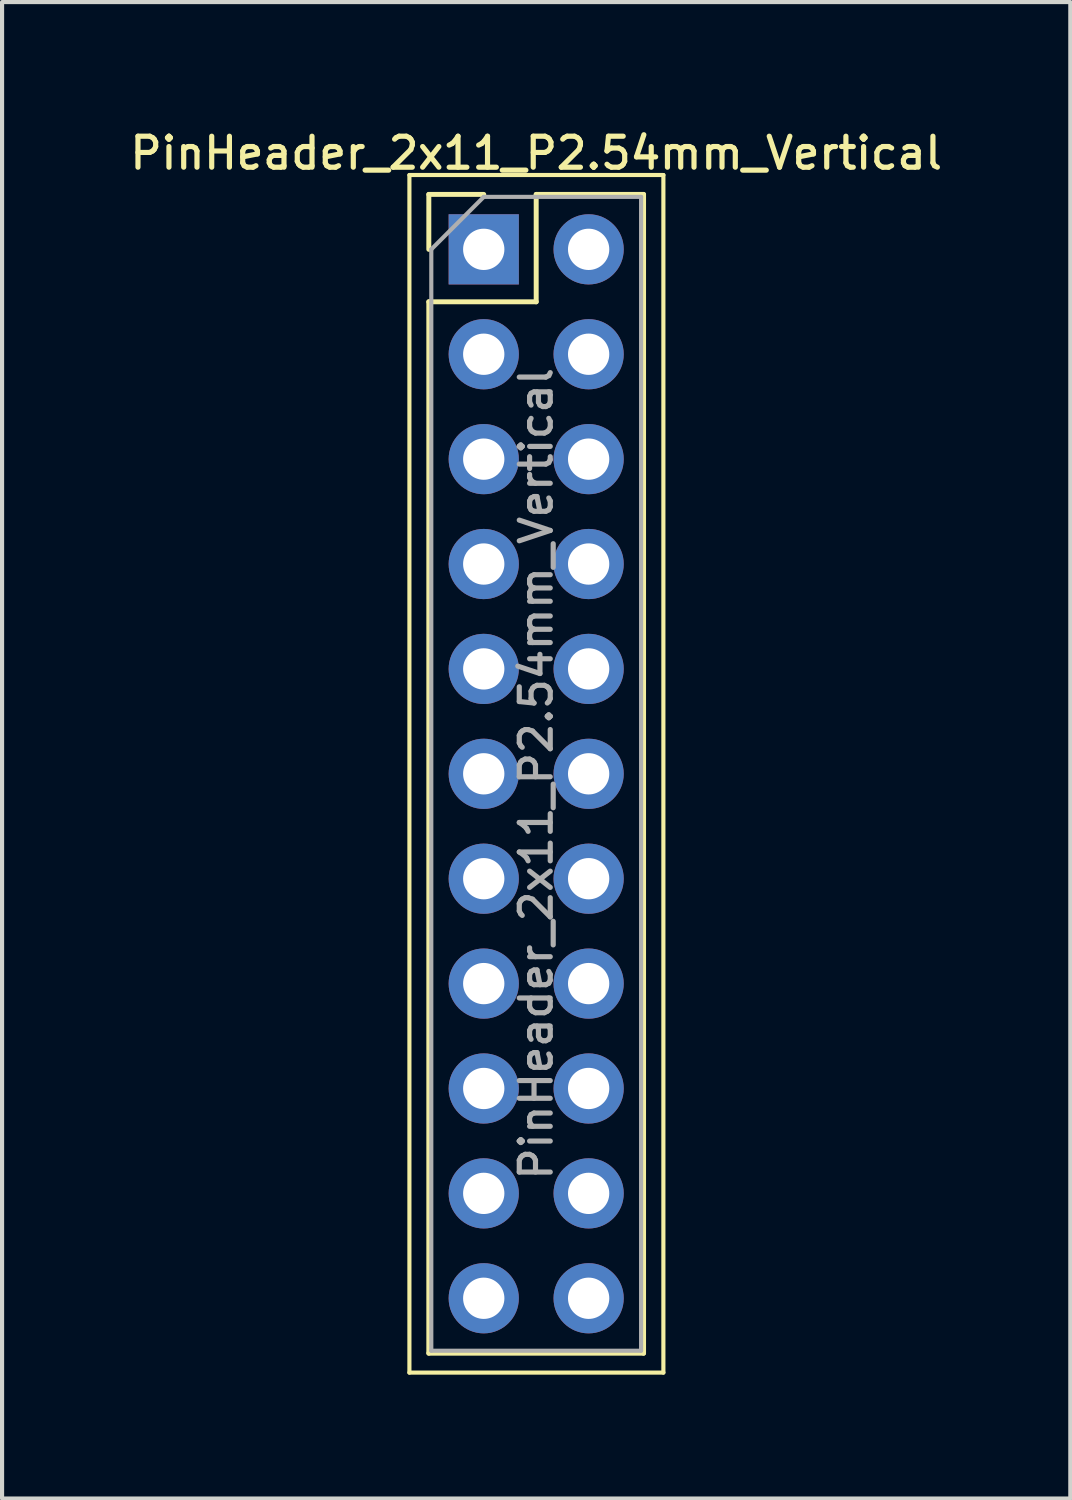
<source format=kicad_pcb>
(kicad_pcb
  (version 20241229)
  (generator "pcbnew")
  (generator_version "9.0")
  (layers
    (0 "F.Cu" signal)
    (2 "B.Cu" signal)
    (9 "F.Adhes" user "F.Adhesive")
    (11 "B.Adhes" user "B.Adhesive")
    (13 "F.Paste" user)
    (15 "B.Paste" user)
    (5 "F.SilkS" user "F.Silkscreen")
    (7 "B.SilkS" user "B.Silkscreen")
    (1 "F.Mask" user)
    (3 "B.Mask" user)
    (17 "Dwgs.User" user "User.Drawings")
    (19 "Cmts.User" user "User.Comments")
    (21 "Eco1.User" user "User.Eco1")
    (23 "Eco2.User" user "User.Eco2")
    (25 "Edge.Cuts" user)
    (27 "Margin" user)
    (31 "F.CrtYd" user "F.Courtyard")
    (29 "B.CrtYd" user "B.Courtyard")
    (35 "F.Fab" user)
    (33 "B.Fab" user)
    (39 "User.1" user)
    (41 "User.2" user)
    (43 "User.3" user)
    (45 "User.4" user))
  (footprint "PinHeader_2x11_P2.54mm_Vertical"
    (layer "F.Cu")
    (at 8.664 2.988)
    (property "Reference" "PinHeader_2x11_P2.54mm_Vertical" (at 1.27 -2.33 0) (layer "F.SilkS") (effects (font (size 0.75 0.75) (thickness 0.125))))
    (attr through_hole)
    (fp_line (start -1.8 -1.8) (end -1.8 27.2) (stroke (width 0.1) (type solid)) (layer "F.SilkS"))
    (fp_line (start -1.8 27.2) (end 4.35 27.2) (stroke (width 0.1) (type solid)) (layer "F.SilkS"))
    (fp_line (start -1.33 -1.33) (end 0 -1.33) (stroke (width 0.12) (type solid)) (layer "F.SilkS"))
    (fp_line (start -1.33 0) (end -1.33 -1.33) (stroke (width 0.12) (type solid)) (layer "F.SilkS"))
    (fp_line (start -1.33 1.27) (end -1.33 26.73) (stroke (width 0.12) (type solid)) (layer "F.SilkS"))
    (fp_line (start -1.33 1.27) (end 1.27 1.27) (stroke (width 0.12) (type solid)) (layer "F.SilkS"))
    (fp_line (start -1.33 26.73) (end 3.87 26.73) (stroke (width 0.12) (type solid)) (layer "F.SilkS"))
    (fp_line (start 1.27 -1.33) (end 3.87 -1.33) (stroke (width 0.12) (type solid)) (layer "F.SilkS"))
    (fp_line (start 1.27 1.27) (end 1.27 -1.33) (stroke (width 0.12) (type solid)) (layer "F.SilkS"))
    (fp_line (start 3.87 -1.33) (end 3.87 26.73) (stroke (width 0.12) (type solid)) (layer "F.SilkS"))
    (fp_line (start 4.35 -1.8) (end -1.8 -1.8) (stroke (width 0.1) (type solid)) (layer "F.SilkS"))
    (fp_line (start 4.35 27.2) (end 4.35 -1.8) (stroke (width 0.1) (type solid)) (layer "F.SilkS"))
    (fp_line (start -1.27 0) (end 0 -1.27) (stroke (width 0.1) (type solid)) (layer "F.Fab"))
    (fp_line (start -1.27 26.67) (end -1.27 0) (stroke (width 0.1) (type solid)) (layer "F.Fab"))
    (fp_line (start 0 -1.27) (end 3.81 -1.27) (stroke (width 0.1) (type solid)) (layer "F.Fab"))
    (fp_line (start 3.81 -1.27) (end 3.81 26.67) (stroke (width 0.1) (type solid)) (layer "F.Fab"))
    (fp_line (start 3.81 26.67) (end -1.27 26.67) (stroke (width 0.1) (type solid)) (layer "F.Fab"))
    (fp_text user "${REFERENCE}" (at 1.27 12.7 90) (layer "F.Fab") (effects (font (size 0.75 0.75) (thickness 0.125))))
    (pad "1" thru_hole rect (at 0 0) (size 1.7 1.7) (drill 1) (layers "*.Cu" "*.Mask"))
    (pad "2" thru_hole oval (at 2.54 0) (size 1.7 1.7) (drill 1) (layers "*.Cu" "*.Mask"))
    (pad "3" thru_hole oval (at 0 2.54) (size 1.7 1.7) (drill 1) (layers "*.Cu" "*.Mask"))
    (pad "4" thru_hole oval (at 2.54 2.54) (size 1.7 1.7) (drill 1) (layers "*.Cu" "*.Mask"))
    (pad "5" thru_hole oval (at 0 5.08) (size 1.7 1.7) (drill 1) (layers "*.Cu" "*.Mask"))
    (pad "6" thru_hole oval (at 2.54 5.08) (size 1.7 1.7) (drill 1) (layers "*.Cu" "*.Mask"))
    (pad "7" thru_hole oval (at 0 7.62) (size 1.7 1.7) (drill 1) (layers "*.Cu" "*.Mask"))
    (pad "8" thru_hole oval (at 2.54 7.62) (size 1.7 1.7) (drill 1) (layers "*.Cu" "*.Mask"))
    (pad "9" thru_hole oval (at 0 10.16) (size 1.7 1.7) (drill 1) (layers "*.Cu" "*.Mask"))
    (pad "10" thru_hole oval (at 2.54 10.16) (size 1.7 1.7) (drill 1) (layers "*.Cu" "*.Mask"))
    (pad "11" thru_hole oval (at 0 12.7) (size 1.7 1.7) (drill 1) (layers "*.Cu" "*.Mask"))
    (pad "12" thru_hole oval (at 2.54 12.7) (size 1.7 1.7) (drill 1) (layers "*.Cu" "*.Mask"))
    (pad "13" thru_hole oval (at 0 15.24) (size 1.7 1.7) (drill 1) (layers "*.Cu" "*.Mask"))
    (pad "14" thru_hole oval (at 2.54 15.24) (size 1.7 1.7) (drill 1) (layers "*.Cu" "*.Mask"))
    (pad "15" thru_hole oval (at 0 17.78) (size 1.7 1.7) (drill 1) (layers "*.Cu" "*.Mask"))
    (pad "16" thru_hole oval (at 2.54 17.78) (size 1.7 1.7) (drill 1) (layers "*.Cu" "*.Mask"))
    (pad "17" thru_hole oval (at 0 20.32) (size 1.7 1.7) (drill 1) (layers "*.Cu" "*.Mask"))
    (pad "18" thru_hole oval (at 2.54 20.32) (size 1.7 1.7) (drill 1) (layers "*.Cu" "*.Mask"))
    (pad "19" thru_hole oval (at 0 22.86) (size 1.7 1.7) (drill 1) (layers "*.Cu" "*.Mask"))
    (pad "20" thru_hole oval (at 2.54 22.86) (size 1.7 1.7) (drill 1) (layers "*.Cu" "*.Mask"))
    (pad "21" thru_hole oval (at 0 25.4) (size 1.7 1.7) (drill 1) (layers "*.Cu" "*.Mask"))
    (pad "22" thru_hole oval (at 2.54 25.4) (size 1.7 1.7) (drill 1) (layers "*.Cu" "*.Mask")))
  (gr_rect
    (start -3 -3)
    (end 22.868 33.238)
    (stroke (width 0.1) (type default))
    (fill no)
    (layer "Edge.Cuts")))
</source>
